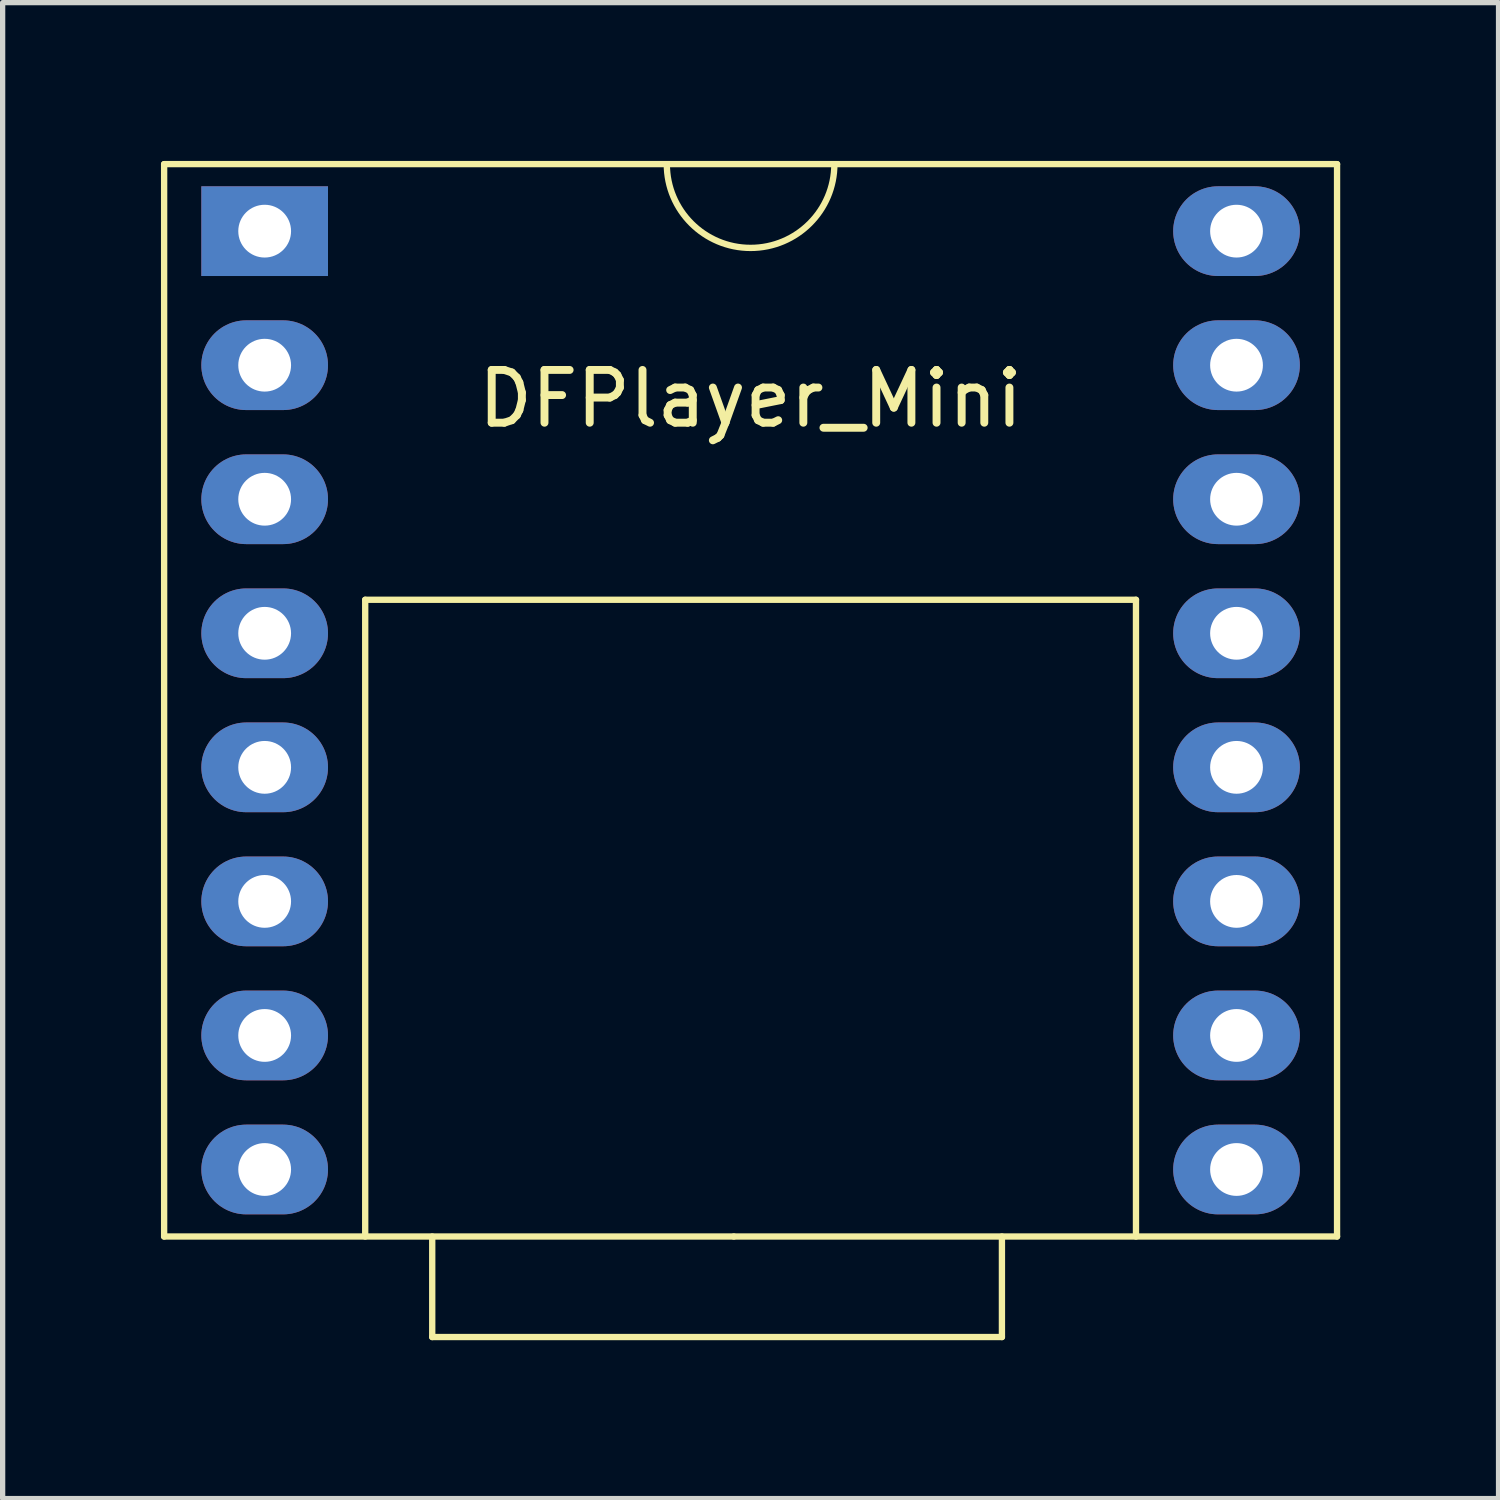
<source format=kicad_pcb>
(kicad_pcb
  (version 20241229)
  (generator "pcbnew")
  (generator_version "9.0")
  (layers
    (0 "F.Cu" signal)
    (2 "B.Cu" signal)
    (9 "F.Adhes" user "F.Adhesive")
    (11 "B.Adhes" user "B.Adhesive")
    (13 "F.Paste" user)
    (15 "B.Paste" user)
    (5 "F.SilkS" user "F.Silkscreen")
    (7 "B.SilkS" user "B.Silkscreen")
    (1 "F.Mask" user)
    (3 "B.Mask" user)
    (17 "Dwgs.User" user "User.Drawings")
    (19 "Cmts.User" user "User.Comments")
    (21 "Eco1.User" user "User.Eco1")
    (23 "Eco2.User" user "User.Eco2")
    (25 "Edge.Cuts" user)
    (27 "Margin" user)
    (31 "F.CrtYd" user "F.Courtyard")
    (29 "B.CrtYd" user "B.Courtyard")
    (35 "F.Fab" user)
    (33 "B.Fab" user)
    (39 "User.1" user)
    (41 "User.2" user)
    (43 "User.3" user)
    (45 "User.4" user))
  (footprint "DFPlayer_Mini"
    (layer "F.Cu")
    (at 1.965 1.33)
    (property "Reference" "DFPlayer_Mini" (at 9.207 3.175 0) (layer "F.SilkS") (effects (font (size 1 1) (thickness 0.15))))
    (attr through_hole)
    (fp_line (start -1.905 -1.27) (end -1.905 19.05) (stroke (width 0.12) (type solid)) (layer "F.SilkS"))
    (fp_line (start -1.905 19.05) (end 8.89 19.05) (stroke (width 0.12) (type solid)) (layer "F.SilkS"))
    (fp_line (start 1.905 6.985) (end 16.51 6.985) (stroke (width 0.12) (type solid)) (layer "F.SilkS"))
    (fp_line (start 1.905 19.05) (end 1.905 6.985) (stroke (width 0.12) (type solid)) (layer "F.SilkS"))
    (fp_line (start 3.175 20.955) (end 3.175 19.05) (stroke (width 0.12) (type solid)) (layer "F.SilkS"))
    (fp_line (start 13.97 19.05) (end 13.97 20.955) (stroke (width 0.12) (type solid)) (layer "F.SilkS"))
    (fp_line (start 13.97 20.955) (end 3.175 20.955) (stroke (width 0.12) (type solid)) (layer "F.SilkS"))
    (fp_line (start 16.51 6.985) (end 16.51 19.05) (stroke (width 0.12) (type solid)) (layer "F.SilkS"))
    (fp_line (start 20.32 -1.27) (end -1.905 -1.27) (stroke (width 0.12) (type solid)) (layer "F.SilkS"))
    (fp_line (start 20.32 19.05) (end 8.89 19.05) (stroke (width 0.12) (type solid)) (layer "F.SilkS"))
    (fp_line (start 20.32 19.05) (end 20.32 -1.27) (stroke (width 0.12) (type solid)) (layer "F.SilkS"))
    (fp_arc (start 10.795 -1.27) (mid 9.2075 0.3175) (end 7.62 -1.27) (stroke (width 0.12) (type solid)) (layer "F.SilkS"))
    (pad "1" thru_hole rect (at 0 0) (size 2.4 1.7) (drill 1) (layers "*.Cu" "*.Mask"))
    (pad "2" thru_hole oval (at 0 2.54) (size 2.4 1.7) (drill 1) (layers "*.Cu" "*.Mask"))
    (pad "3" thru_hole oval (at 0 5.08) (size 2.4 1.7) (drill 1) (layers "*.Cu" "*.Mask"))
    (pad "4" thru_hole oval (at 0 7.62) (size 2.4 1.7) (drill 1) (layers "*.Cu" "*.Mask"))
    (pad "5" thru_hole oval (at 0 10.16) (size 2.4 1.7) (drill 1) (layers "*.Cu" "*.Mask"))
    (pad "6" thru_hole oval (at 0 12.7) (size 2.4 1.7) (drill 1) (layers "*.Cu" "*.Mask"))
    (pad "7" thru_hole oval (at 0 15.24) (size 2.4 1.7) (drill 1) (layers "*.Cu" "*.Mask"))
    (pad "8" thru_hole oval (at 0 17.78) (size 2.4 1.7) (drill 1) (layers "*.Cu" "*.Mask"))
    (pad "9" thru_hole oval (at 18.415 17.78) (size 2.4 1.7) (drill 1) (layers "*.Cu" "*.Mask"))
    (pad "10" thru_hole oval (at 18.415 15.24) (size 2.4 1.7) (drill 1) (layers "*.Cu" "*.Mask"))
    (pad "11" thru_hole oval (at 18.415 12.7) (size 2.4 1.7) (drill 1) (layers "*.Cu" "*.Mask"))
    (pad "12" thru_hole oval (at 18.415 10.16) (size 2.4 1.7) (drill 1) (layers "*.Cu" "*.Mask"))
    (pad "13" thru_hole oval (at 18.415 7.62) (size 2.4 1.7) (drill 1) (layers "*.Cu" "*.Mask"))
    (pad "14" thru_hole oval (at 18.415 5.08) (size 2.4 1.7) (drill 1) (layers "*.Cu" "*.Mask"))
    (pad "15" thru_hole oval (at 18.415 2.54) (size 2.4 1.7) (drill 1) (layers "*.Cu" "*.Mask"))
    (pad "16" thru_hole oval (at 18.415 0) (size 2.4 1.7) (drill 1) (layers "*.Cu" "*.Mask")))
  (gr_rect
    (start -3 -3)
    (end 25.345 25.345)
    (stroke (width 0.1) (type default))
    (fill no)
    (layer "Edge.Cuts")))
</source>
